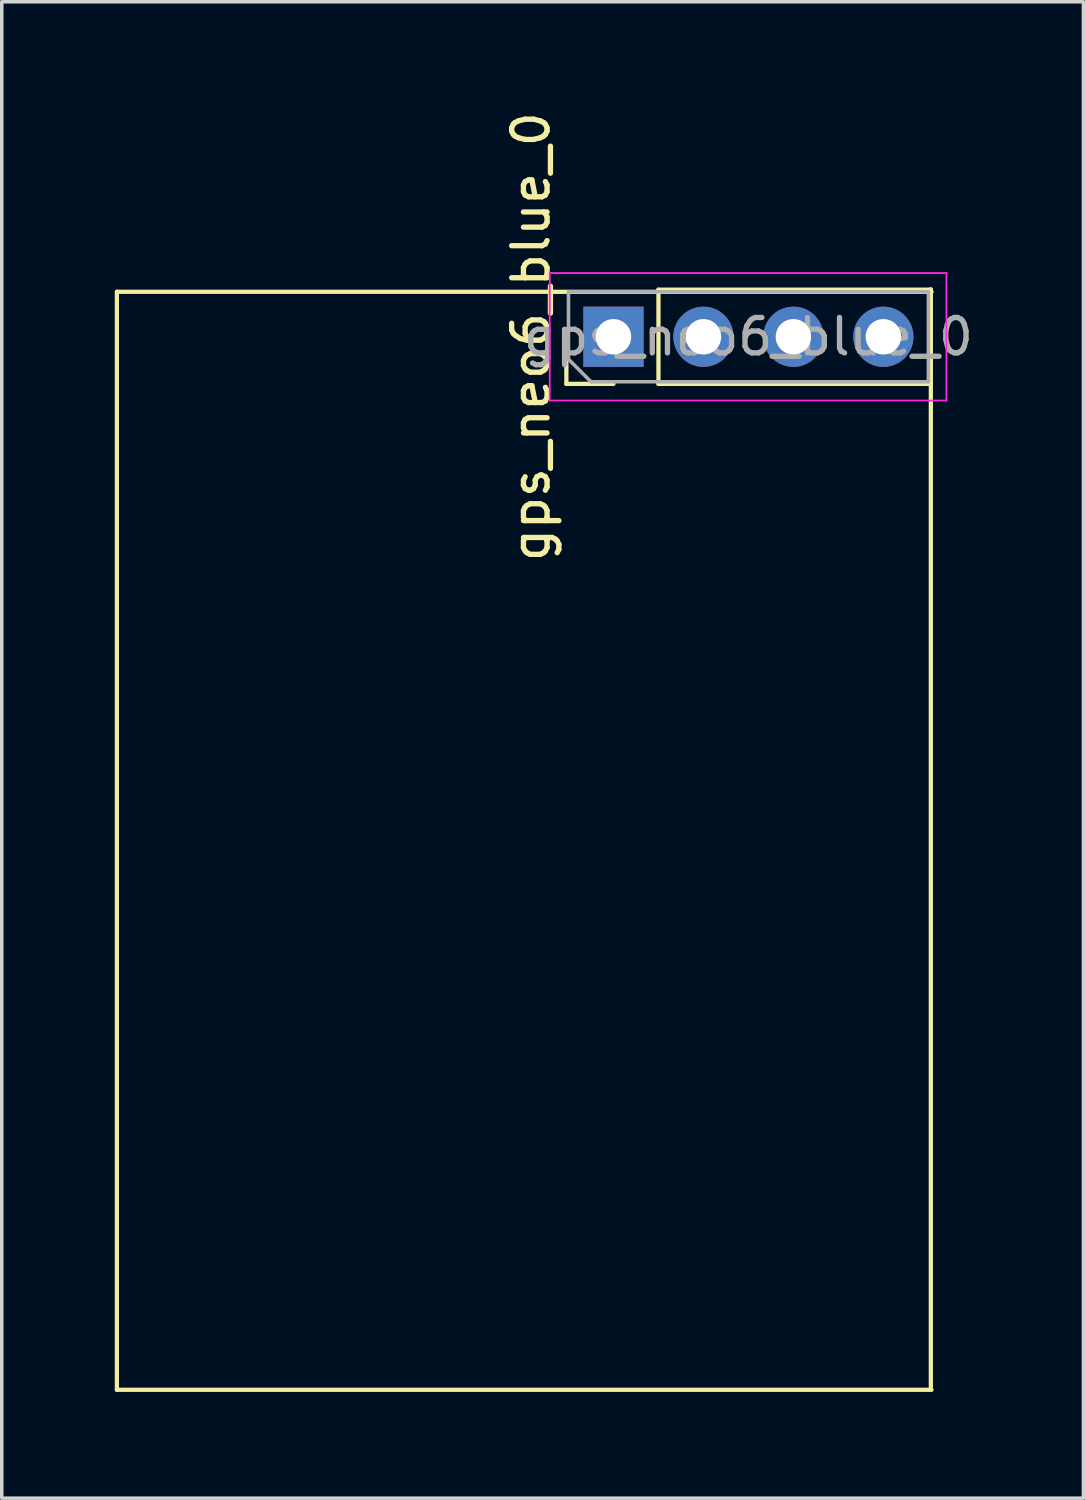
<source format=kicad_pcb>
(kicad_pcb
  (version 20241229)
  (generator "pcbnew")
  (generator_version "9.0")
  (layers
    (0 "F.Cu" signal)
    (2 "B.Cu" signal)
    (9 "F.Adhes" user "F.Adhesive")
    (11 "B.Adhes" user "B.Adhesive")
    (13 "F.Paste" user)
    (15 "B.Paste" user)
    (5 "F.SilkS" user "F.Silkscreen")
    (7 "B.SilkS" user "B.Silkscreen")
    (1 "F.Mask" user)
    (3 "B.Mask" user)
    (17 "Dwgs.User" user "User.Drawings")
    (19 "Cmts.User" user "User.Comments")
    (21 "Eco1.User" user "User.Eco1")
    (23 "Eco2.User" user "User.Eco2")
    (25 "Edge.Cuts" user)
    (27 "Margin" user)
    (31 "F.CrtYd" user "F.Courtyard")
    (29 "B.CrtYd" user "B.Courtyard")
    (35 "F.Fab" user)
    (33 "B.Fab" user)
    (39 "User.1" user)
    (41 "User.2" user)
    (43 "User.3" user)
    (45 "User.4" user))
  (footprint "gps_neo6_blue_0"
    (layer "F.Cu")
    (at 0.25 5.188)
    (property "Reference" "gps_neo6_blue_0" (at 11.69 1.27 90) (layer "F.SilkS") (effects (font (size 1 1) (thickness 0.15))))
    (attr through_hole)
    (fp_line (start 0 0) (end 0 31) (stroke (width 0.12) (type solid)) (layer "F.SilkS"))
    (fp_line (start 0 0) (end 23 0) (stroke (width 0.12) (type solid)) (layer "F.SilkS"))
    (fp_line (start 0 31) (end 23 31) (stroke (width 0.12) (type solid)) (layer "F.SilkS"))
    (fp_line (start 12.69 2.6) (end 12.69 1.27) (stroke (width 0.12) (type solid)) (layer "F.SilkS"))
    (fp_line (start 14.02 2.6) (end 12.69 2.6) (stroke (width 0.12) (type solid)) (layer "F.SilkS"))
    (fp_line (start 15.29 -0.06) (end 22.97 -0.06) (stroke (width 0.12) (type solid)) (layer "F.SilkS"))
    (fp_line (start 15.29 2.6) (end 15.29 -0.06) (stroke (width 0.12) (type solid)) (layer "F.SilkS"))
    (fp_line (start 15.29 2.6) (end 22.97 2.6) (stroke (width 0.12) (type solid)) (layer "F.SilkS"))
    (fp_line (start 22.97 2.6) (end 22.97 -0.06) (stroke (width 0.12) (type solid)) (layer "F.SilkS"))
    (fp_line (start 22.98 -0.07) (end 22.98 30.93) (stroke (width 0.12) (type solid)) (layer "F.SilkS"))
    (fp_line (start 12.22 -0.53) (end 12.22 3.07) (stroke (width 0.05) (type solid)) (layer "F.CrtYd"))
    (fp_line (start 12.22 3.07) (end 23.42 3.07) (stroke (width 0.05) (type solid)) (layer "F.CrtYd"))
    (fp_line (start 23.42 -0.53) (end 12.22 -0.53) (stroke (width 0.05) (type solid)) (layer "F.CrtYd"))
    (fp_line (start 23.42 3.07) (end 23.42 -0.53) (stroke (width 0.05) (type solid)) (layer "F.CrtYd"))
    (fp_line (start 12.75 0) (end 22.91 0) (stroke (width 0.1) (type solid)) (layer "F.Fab"))
    (fp_line (start 12.75 1.905) (end 12.75 0) (stroke (width 0.1) (type solid)) (layer "F.Fab"))
    (fp_line (start 13.385 2.54) (end 12.75 1.905) (stroke (width 0.1) (type solid)) (layer "F.Fab"))
    (fp_line (start 22.91 0) (end 22.91 2.54) (stroke (width 0.1) (type solid)) (layer "F.Fab"))
    (fp_line (start 22.91 2.54) (end 13.385 2.54) (stroke (width 0.1) (type solid)) (layer "F.Fab"))
    (fp_text user "${REFERENCE}" (at 17.83 1.27 180) (layer "F.Fab") (effects (font (size 1 1) (thickness 0.15))))
    (pad "1" thru_hole rect (at 14.02 1.27 90) (size 1.7 1.7) (drill 1) (layers "*.Cu" "*.Mask"))
    (pad "2" thru_hole oval (at 16.56 1.27 90) (size 1.7 1.7) (drill 1) (layers "*.Cu" "*.Mask"))
    (pad "3" thru_hole oval (at 19.1 1.27 90) (size 1.7 1.7) (drill 1) (layers "*.Cu" "*.Mask"))
    (pad "4" thru_hole oval (at 21.64 1.27 90) (size 1.7 1.7) (drill 1) (layers "*.Cu" "*.Mask")))
  (gr_rect
    (start -3 -3)
    (end 27.538 39.248)
    (stroke (width 0.1) (type default))
    (fill no)
    (layer "Edge.Cuts")))
</source>
